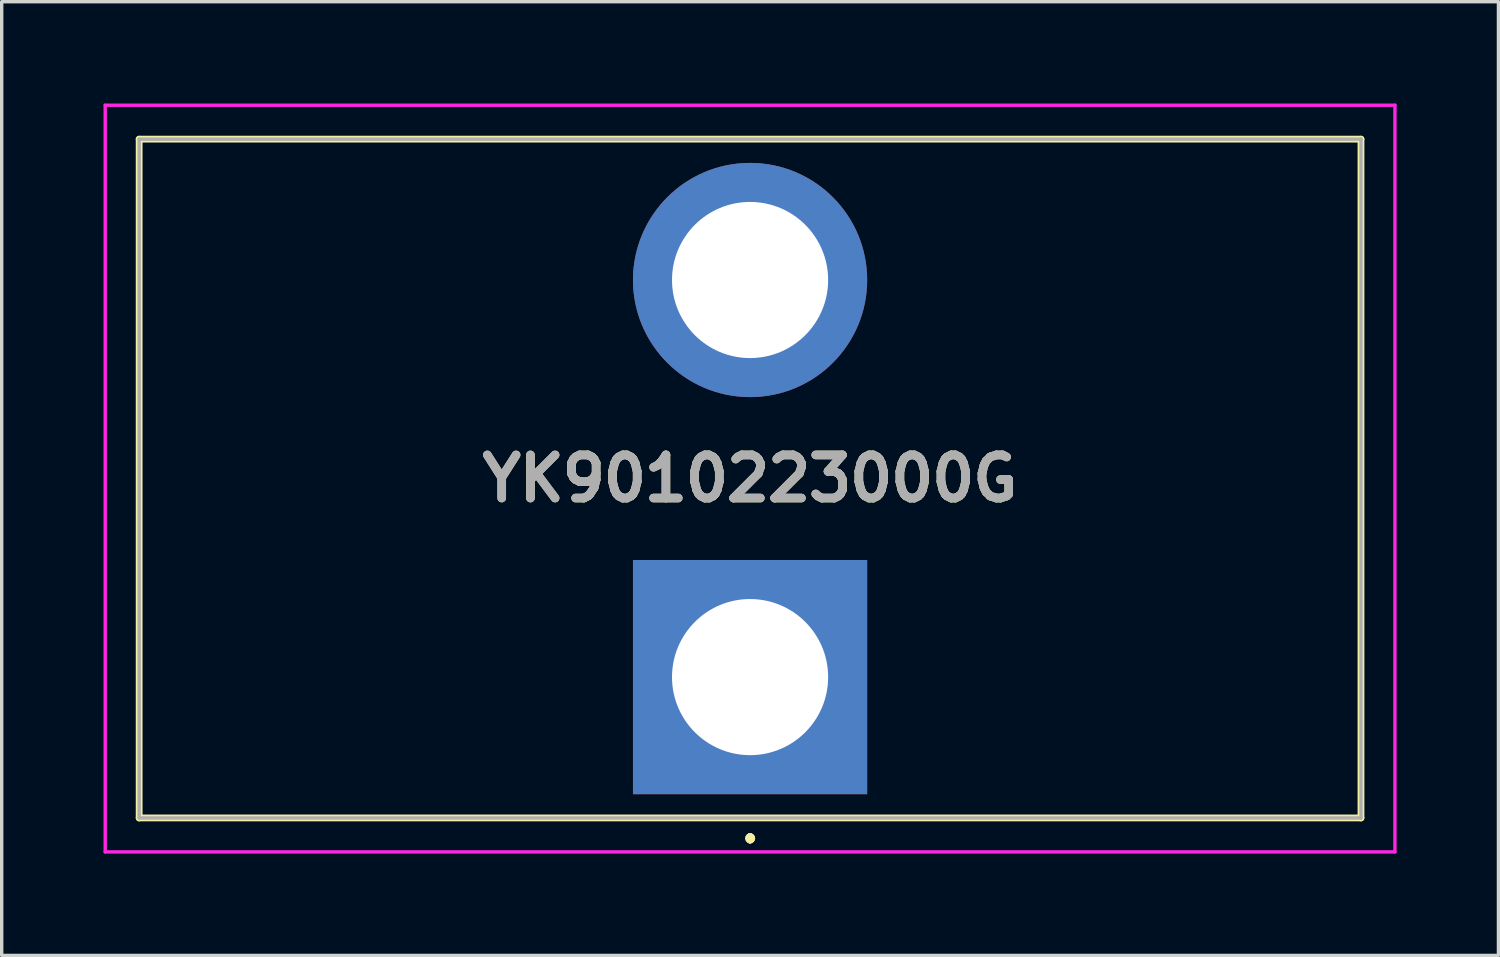
<source format=kicad_pcb>
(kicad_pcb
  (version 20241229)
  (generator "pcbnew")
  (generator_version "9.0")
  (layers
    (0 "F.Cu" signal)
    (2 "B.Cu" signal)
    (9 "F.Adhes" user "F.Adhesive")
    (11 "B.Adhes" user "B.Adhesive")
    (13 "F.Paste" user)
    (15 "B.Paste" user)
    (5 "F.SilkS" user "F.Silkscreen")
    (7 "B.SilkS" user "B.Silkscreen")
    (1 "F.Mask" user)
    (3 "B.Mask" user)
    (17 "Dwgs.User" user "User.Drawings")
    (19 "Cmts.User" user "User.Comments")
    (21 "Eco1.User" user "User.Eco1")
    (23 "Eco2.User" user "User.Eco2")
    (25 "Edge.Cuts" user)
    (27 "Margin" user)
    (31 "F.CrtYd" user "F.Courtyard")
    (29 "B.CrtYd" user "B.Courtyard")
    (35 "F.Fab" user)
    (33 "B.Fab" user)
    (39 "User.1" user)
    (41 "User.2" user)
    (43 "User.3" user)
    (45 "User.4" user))
  (footprint "YK9010223000G"
    (layer "F.Cu")
    (at 19.05 16.9)
    (property "Reference" "YK9010223000G" (at 0 -5.85 0) (layer "F.SilkS") (effects (font (size 1.27 1.27) (thickness 0.254))))
    (attr through_hole)
    (fp_line (start -18 -15.85) (end -18 4.15) (stroke (width 0.2) (type solid)) (layer "F.SilkS"))
    (fp_line (start -18 4.15) (end 18 4.15) (stroke (width 0.2) (type solid)) (layer "F.SilkS"))
    (fp_line (start 0 4.7) (end 0 4.7) (stroke (width 0.2) (type solid)) (layer "F.SilkS"))
    (fp_line (start 0 4.8) (end 0 4.8) (stroke (width 0.2) (type solid)) (layer "F.SilkS"))
    (fp_line (start 0 4.8) (end 0 4.8) (stroke (width 0.2) (type solid)) (layer "F.SilkS"))
    (fp_line (start 18 -15.85) (end -18 -15.85) (stroke (width 0.2) (type solid)) (layer "F.SilkS"))
    (fp_line (start 18 4.15) (end 18 -15.85) (stroke (width 0.2) (type solid)) (layer "F.SilkS"))
    (fp_arc (start 0 4.7) (mid 0.05 4.75) (end 0 4.8) (stroke (width 0.2) (type solid)) (layer "F.SilkS"))
    (fp_arc (start 0 4.7) (mid 0.05 4.75) (end 0 4.8) (stroke (width 0.2) (type solid)) (layer "F.SilkS"))
    (fp_arc (start 0 4.8) (mid -0.05 4.75) (end 0 4.7) (stroke (width 0.2) (type solid)) (layer "F.SilkS"))
    (fp_line (start -19 -16.85) (end 19 -16.85) (stroke (width 0.1) (type solid)) (layer "F.CrtYd"))
    (fp_line (start -19 5.15) (end -19 -16.85) (stroke (width 0.1) (type solid)) (layer "F.CrtYd"))
    (fp_line (start 19 -16.85) (end 19 5.15) (stroke (width 0.1) (type solid)) (layer "F.CrtYd"))
    (fp_line (start 19 5.15) (end -19 5.15) (stroke (width 0.1) (type solid)) (layer "F.CrtYd"))
    (fp_line (start -18 -15.85) (end -18 4.15) (stroke (width 0.1) (type solid)) (layer "F.Fab"))
    (fp_line (start -18 4.15) (end 18 4.15) (stroke (width 0.1) (type solid)) (layer "F.Fab"))
    (fp_line (start 18 -15.85) (end -18 -15.85) (stroke (width 0.1) (type solid)) (layer "F.Fab"))
    (fp_line (start 18 4.15) (end 18 -15.85) (stroke (width 0.1) (type solid)) (layer "F.Fab"))
    (fp_text user "${REFERENCE}" (at 0 -5.85 0) (layer "F.Fab") (effects (font (size 1.27 1.27) (thickness 0.254))))
    (pad "1" thru_hole rect (at 0 0) (size 6.9 6.9) (drill 4.6) (layers "*.Cu" "*.Mask"))
    (pad "2" thru_hole circle (at 0 -11.7) (size 6.9 6.9) (drill 4.6) (layers "*.Cu" "*.Mask")))
  (gr_rect
    (start -3 -3)
    (end 41.1 25.1)
    (stroke (width 0.1) (type default))
    (fill no)
    (layer "Edge.Cuts")))
</source>
